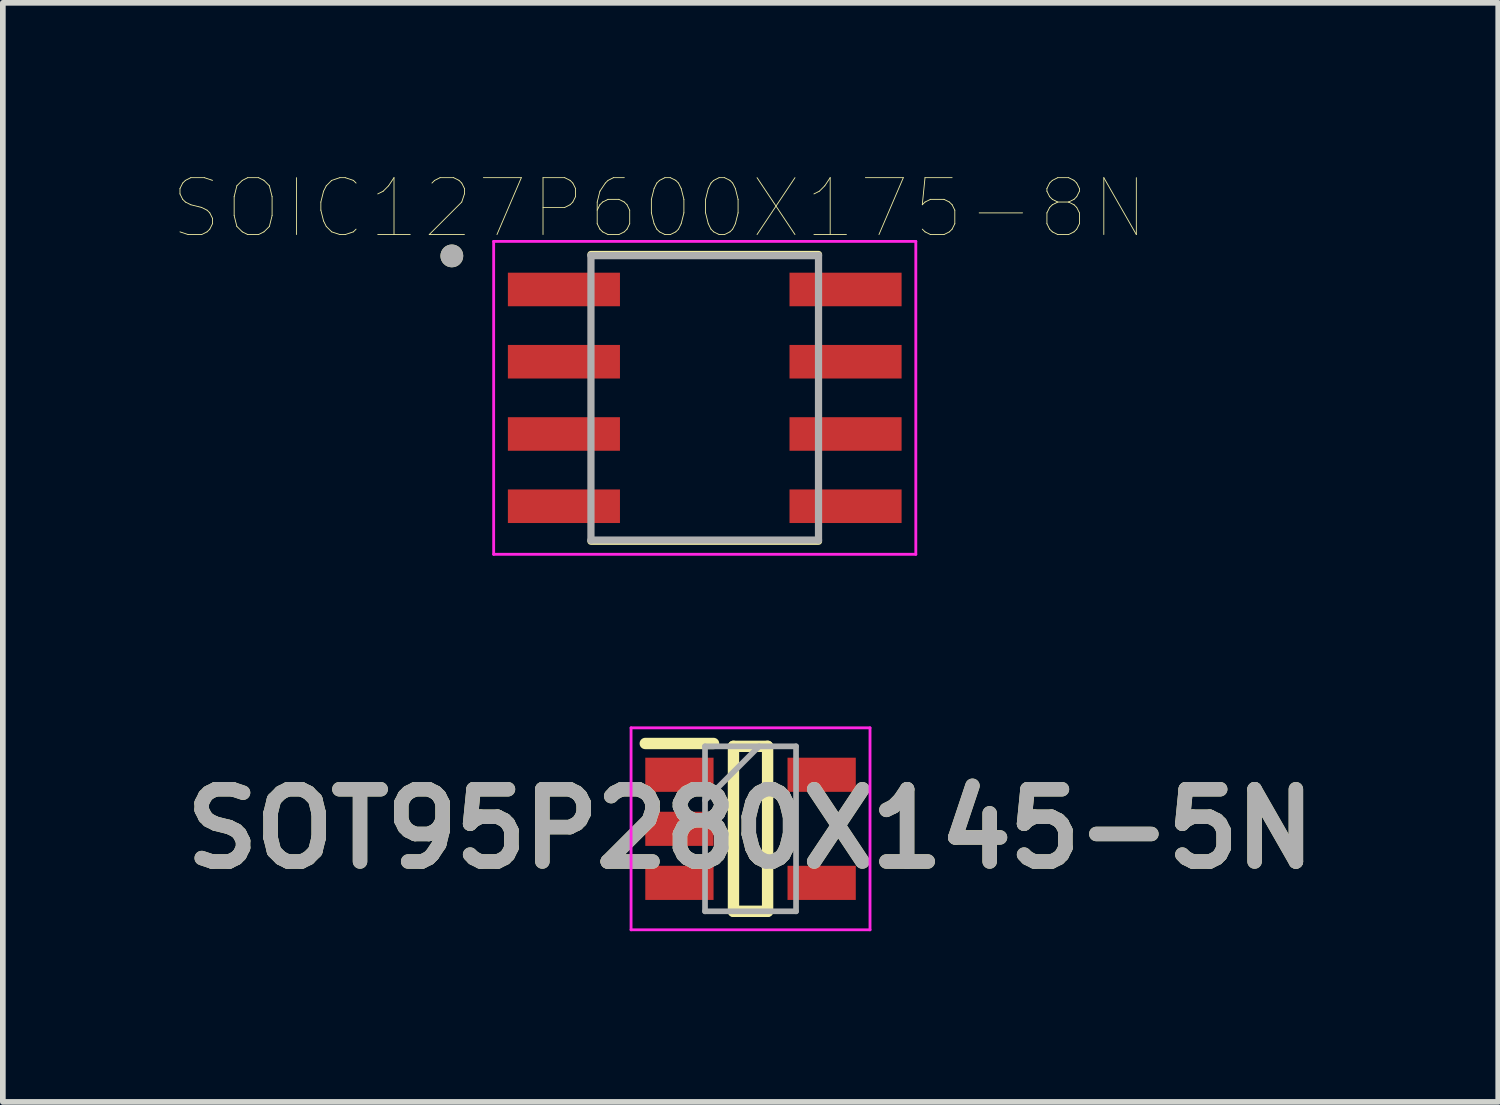
<source format=kicad_pcb>
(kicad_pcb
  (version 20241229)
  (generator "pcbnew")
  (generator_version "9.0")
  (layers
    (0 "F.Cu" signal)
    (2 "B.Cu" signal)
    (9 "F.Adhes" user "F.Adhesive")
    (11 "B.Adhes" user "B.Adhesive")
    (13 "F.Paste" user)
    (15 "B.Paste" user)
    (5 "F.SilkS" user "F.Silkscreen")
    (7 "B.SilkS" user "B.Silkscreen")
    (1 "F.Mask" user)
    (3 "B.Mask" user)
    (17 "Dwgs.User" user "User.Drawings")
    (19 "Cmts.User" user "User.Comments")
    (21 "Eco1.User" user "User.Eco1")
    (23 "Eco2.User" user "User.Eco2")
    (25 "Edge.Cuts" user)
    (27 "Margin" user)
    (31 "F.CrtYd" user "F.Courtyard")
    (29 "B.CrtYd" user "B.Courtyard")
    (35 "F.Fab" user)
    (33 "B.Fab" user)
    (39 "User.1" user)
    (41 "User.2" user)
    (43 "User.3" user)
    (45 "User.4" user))
  (footprint "SOT95P280X145-5N"
    (layer "F.Cu")
    (at 10.142 11.518)
    (property "Reference" "SOT95P280X145-5N" (at 0 0 0) (layer "F.SilkS") (effects (font (size 1.27 1.27) (thickness 0.254))))
    (attr smd)
    (fp_line (start -1.85 -1.5) (end -0.65 -1.5) (stroke (width 0.2) (type solid)) (layer "F.SilkS"))
    (fp_line (start -0.3 -1.45) (end 0.3 -1.45) (stroke (width 0.2) (type solid)) (layer "F.SilkS"))
    (fp_line (start -0.3 1.45) (end -0.3 -1.45) (stroke (width 0.2) (type solid)) (layer "F.SilkS"))
    (fp_line (start 0.3 -1.45) (end 0.3 1.45) (stroke (width 0.2) (type solid)) (layer "F.SilkS"))
    (fp_line (start 0.3 1.45) (end -0.3 1.45) (stroke (width 0.2) (type solid)) (layer "F.SilkS"))
    (fp_line (start -2.1 -1.775) (end 2.1 -1.775) (stroke (width 0.05) (type solid)) (layer "F.CrtYd"))
    (fp_line (start -2.1 1.775) (end -2.1 -1.775) (stroke (width 0.05) (type solid)) (layer "F.CrtYd"))
    (fp_line (start 2.1 -1.775) (end 2.1 1.775) (stroke (width 0.05) (type solid)) (layer "F.CrtYd"))
    (fp_line (start 2.1 1.775) (end -2.1 1.775) (stroke (width 0.05) (type solid)) (layer "F.CrtYd"))
    (fp_line (start -0.8 -1.45) (end 0.8 -1.45) (stroke (width 0.1) (type solid)) (layer "F.Fab"))
    (fp_line (start -0.8 -0.5) (end 0.15 -1.45) (stroke (width 0.1) (type solid)) (layer "F.Fab"))
    (fp_line (start -0.8 1.45) (end -0.8 -1.45) (stroke (width 0.1) (type solid)) (layer "F.Fab"))
    (fp_line (start 0.8 -1.45) (end 0.8 1.45) (stroke (width 0.1) (type solid)) (layer "F.Fab"))
    (fp_line (start 0.8 1.45) (end -0.8 1.45) (stroke (width 0.1) (type solid)) (layer "F.Fab"))
    (fp_text user "${REFERENCE}" (at 0 0 0) (layer "F.Fab") (effects (font (size 1.27 1.27) (thickness 0.254))))
    (pad "1" smd rect (at -1.25 -0.95 90) (size 0.6 1.2) (layers "F.Cu" "F.Mask" "F.Paste"))
    (pad "2" smd rect (at -1.25 0 90) (size 0.6 1.2) (layers "F.Cu" "F.Mask" "F.Paste"))
    (pad "3" smd rect (at -1.25 0.95 90) (size 0.6 1.2) (layers "F.Cu" "F.Mask" "F.Paste"))
    (pad "4" smd rect (at 1.25 0.95 90) (size 0.6 1.2) (layers "F.Cu" "F.Mask" "F.Paste"))
    (pad "5" smd rect (at 1.25 -0.95 90) (size 0.6 1.2) (layers "F.Cu" "F.Mask" "F.Paste")))
  (footprint "SOIC127P600X175-8N"
    (layer "F.Cu")
    (at 9.337 3.943)
    (property "Reference" "SOIC127P600X175-8N" (at -0.795 -3.332 0) (layer "F.SilkS") (effects (font (size 1 1) (thickness 0.015))))
    (attr through_hole)
    (fp_line (start -2 -2.52) (end 2 -2.52) (stroke (width 0.127) (type solid)) (layer "F.SilkS"))
    (fp_line (start -2 2.52) (end 2 2.52) (stroke (width 0.127) (type solid)) (layer "F.SilkS"))
    (fp_circle (center -4.445 -2.495) (end -4.345 -2.495) (stroke (width 0.2) (type solid)) (fill no) (layer "F.SilkS"))
    (fp_line (start -3.71 -2.75) (end -3.71 2.75) (stroke (width 0.05) (type solid)) (layer "F.CrtYd"))
    (fp_line (start -3.71 -2.75) (end 3.71 -2.75) (stroke (width 0.05) (type solid)) (layer "F.CrtYd"))
    (fp_line (start -3.71 2.75) (end 3.71 2.75) (stroke (width 0.05) (type solid)) (layer "F.CrtYd"))
    (fp_line (start 3.71 -2.75) (end 3.71 2.75) (stroke (width 0.05) (type solid)) (layer "F.CrtYd"))
    (fp_line (start -2 -2.5) (end -2 2.5) (stroke (width 0.127) (type solid)) (layer "F.Fab"))
    (fp_line (start -2 -2.5) (end 2 -2.5) (stroke (width 0.127) (type solid)) (layer "F.Fab"))
    (fp_line (start -2 2.5) (end 2 2.5) (stroke (width 0.127) (type solid)) (layer "F.Fab"))
    (fp_line (start 2 -2.5) (end 2 2.5) (stroke (width 0.127) (type solid)) (layer "F.Fab"))
    (fp_circle (center -4.445 -2.495) (end -4.345 -2.495) (stroke (width 0.2) (type solid)) (fill no) (layer "F.Fab"))
    (pad "1" smd rect (at -2.475 -1.905) (size 1.97 0.59) (layers "F.Cu" "F.Mask" "F.Paste"))
    (pad "2" smd rect (at -2.475 -0.635) (size 1.97 0.59) (layers "F.Cu" "F.Mask" "F.Paste"))
    (pad "3" smd rect (at -2.475 0.635) (size 1.97 0.59) (layers "F.Cu" "F.Mask" "F.Paste"))
    (pad "4" smd rect (at -2.475 1.905) (size 1.97 0.59) (layers "F.Cu" "F.Mask" "F.Paste"))
    (pad "5" smd rect (at 2.475 1.905) (size 1.97 0.59) (layers "F.Cu" "F.Mask" "F.Paste"))
    (pad "6" smd rect (at 2.475 0.635) (size 1.97 0.59) (layers "F.Cu" "F.Mask" "F.Paste"))
    (pad "7" smd rect (at 2.475 -0.635) (size 1.97 0.59) (layers "F.Cu" "F.Mask" "F.Paste"))
    (pad "8" smd rect (at 2.475 -1.905) (size 1.97 0.59) (layers "F.Cu" "F.Mask" "F.Paste")))
  (gr_rect
    (start -3 -3)
    (end 23.284 16.318)
    (stroke (width 0.1) (type default))
    (fill no)
    (layer "Edge.Cuts")))
</source>
